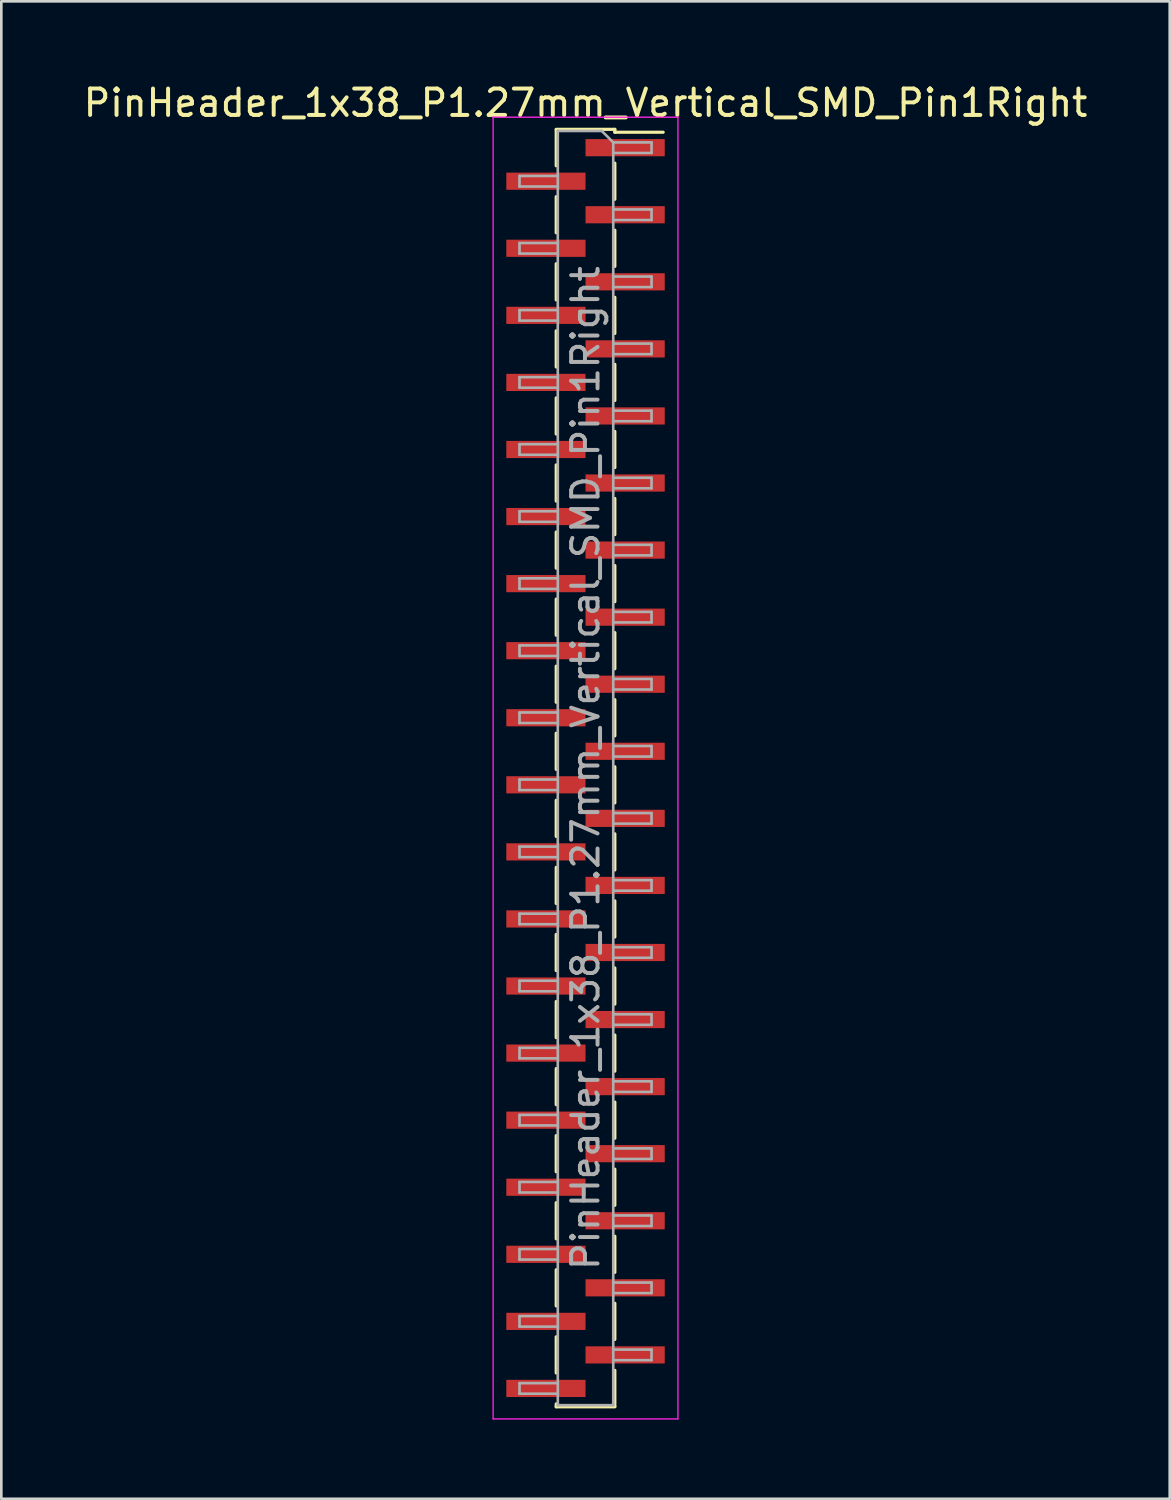
<source format=kicad_pcb>
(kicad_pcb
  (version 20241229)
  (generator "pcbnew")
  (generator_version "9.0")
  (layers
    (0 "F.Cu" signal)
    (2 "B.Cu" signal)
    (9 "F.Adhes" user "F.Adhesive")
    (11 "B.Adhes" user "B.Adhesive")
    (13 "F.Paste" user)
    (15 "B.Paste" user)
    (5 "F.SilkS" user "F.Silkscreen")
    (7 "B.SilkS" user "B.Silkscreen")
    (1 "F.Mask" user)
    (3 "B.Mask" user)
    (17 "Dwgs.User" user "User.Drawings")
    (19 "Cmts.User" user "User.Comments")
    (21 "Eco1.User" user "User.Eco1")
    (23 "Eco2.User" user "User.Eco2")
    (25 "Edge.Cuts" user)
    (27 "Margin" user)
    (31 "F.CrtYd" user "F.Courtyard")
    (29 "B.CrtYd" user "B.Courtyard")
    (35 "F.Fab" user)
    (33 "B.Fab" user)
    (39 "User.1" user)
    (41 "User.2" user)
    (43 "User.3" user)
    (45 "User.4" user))
  (footprint "PinHeader_1x38_P1.27mm_Vertical_SMD_Pin1Right"
    (layer "F.Cu")
    (at 19.125 26.038)
    (property "Reference" "PinHeader_1x38_P1.27mm_Vertical_SMD_Pin1Right" (at 0 -25.19 0) (layer "F.SilkS") (effects (font (size 1 1) (thickness 0.15))))
    (attr smd)
    (fp_line (start -1.11 -24.19) (end 1.11 -24.19) (stroke (width 0.12) (type solid)) (layer "F.SilkS"))
    (fp_line (start -1.11 -24.18) (end -1.11 -22.81) (stroke (width 0.12) (type solid)) (layer "F.SilkS"))
    (fp_line (start -1.11 -21.64) (end -1.11 -20.27) (stroke (width 0.12) (type solid)) (layer "F.SilkS"))
    (fp_line (start -1.11 -19.1) (end -1.11 -17.73) (stroke (width 0.12) (type solid)) (layer "F.SilkS"))
    (fp_line (start -1.11 -16.56) (end -1.11 -15.19) (stroke (width 0.12) (type solid)) (layer "F.SilkS"))
    (fp_line (start -1.11 -14.02) (end -1.11 -12.65) (stroke (width 0.12) (type solid)) (layer "F.SilkS"))
    (fp_line (start -1.11 -11.48) (end -1.11 -10.11) (stroke (width 0.12) (type solid)) (layer "F.SilkS"))
    (fp_line (start -1.11 -8.94) (end -1.11 -7.57) (stroke (width 0.12) (type solid)) (layer "F.SilkS"))
    (fp_line (start -1.11 -6.4) (end -1.11 -5.03) (stroke (width 0.12) (type solid)) (layer "F.SilkS"))
    (fp_line (start -1.11 -3.86) (end -1.11 -2.49) (stroke (width 0.12) (type solid)) (layer "F.SilkS"))
    (fp_line (start -1.11 -1.32) (end -1.11 0.05) (stroke (width 0.12) (type solid)) (layer "F.SilkS"))
    (fp_line (start -1.11 1.22) (end -1.11 2.59) (stroke (width 0.12) (type solid)) (layer "F.SilkS"))
    (fp_line (start -1.11 3.76) (end -1.11 5.13) (stroke (width 0.12) (type solid)) (layer "F.SilkS"))
    (fp_line (start -1.11 6.3) (end -1.11 7.67) (stroke (width 0.12) (type solid)) (layer "F.SilkS"))
    (fp_line (start -1.11 8.84) (end -1.11 10.21) (stroke (width 0.12) (type solid)) (layer "F.SilkS"))
    (fp_line (start -1.11 11.38) (end -1.11 12.75) (stroke (width 0.12) (type solid)) (layer "F.SilkS"))
    (fp_line (start -1.11 13.92) (end -1.11 15.29) (stroke (width 0.12) (type solid)) (layer "F.SilkS"))
    (fp_line (start -1.11 16.46) (end -1.11 17.83) (stroke (width 0.12) (type solid)) (layer "F.SilkS"))
    (fp_line (start -1.11 19) (end -1.11 20.37) (stroke (width 0.12) (type solid)) (layer "F.SilkS"))
    (fp_line (start -1.11 21.54) (end -1.11 22.91) (stroke (width 0.12) (type solid)) (layer "F.SilkS"))
    (fp_line (start -1.11 24.08) (end -1.11 24.19) (stroke (width 0.12) (type solid)) (layer "F.SilkS"))
    (fp_line (start -1.11 24.19) (end 1.11 24.19) (stroke (width 0.12) (type solid)) (layer "F.SilkS"))
    (fp_line (start 1.11 -24.19) (end 1.11 -24.08) (stroke (width 0.12) (type solid)) (layer "F.SilkS"))
    (fp_line (start 1.11 -24.08) (end 2.94 -24.08) (stroke (width 0.12) (type solid)) (layer "F.SilkS"))
    (fp_line (start 1.11 -22.91) (end 1.11 -21.54) (stroke (width 0.12) (type solid)) (layer "F.SilkS"))
    (fp_line (start 1.11 -20.37) (end 1.11 -19) (stroke (width 0.12) (type solid)) (layer "F.SilkS"))
    (fp_line (start 1.11 -17.83) (end 1.11 -16.46) (stroke (width 0.12) (type solid)) (layer "F.SilkS"))
    (fp_line (start 1.11 -15.29) (end 1.11 -13.92) (stroke (width 0.12) (type solid)) (layer "F.SilkS"))
    (fp_line (start 1.11 -12.75) (end 1.11 -11.38) (stroke (width 0.12) (type solid)) (layer "F.SilkS"))
    (fp_line (start 1.11 -10.21) (end 1.11 -8.84) (stroke (width 0.12) (type solid)) (layer "F.SilkS"))
    (fp_line (start 1.11 -7.67) (end 1.11 -6.3) (stroke (width 0.12) (type solid)) (layer "F.SilkS"))
    (fp_line (start 1.11 -5.13) (end 1.11 -3.76) (stroke (width 0.12) (type solid)) (layer "F.SilkS"))
    (fp_line (start 1.11 -2.59) (end 1.11 -1.22) (stroke (width 0.12) (type solid)) (layer "F.SilkS"))
    (fp_line (start 1.11 -0.05) (end 1.11 1.32) (stroke (width 0.12) (type solid)) (layer "F.SilkS"))
    (fp_line (start 1.11 2.49) (end 1.11 3.86) (stroke (width 0.12) (type solid)) (layer "F.SilkS"))
    (fp_line (start 1.11 5.03) (end 1.11 6.4) (stroke (width 0.12) (type solid)) (layer "F.SilkS"))
    (fp_line (start 1.11 7.57) (end 1.11 8.94) (stroke (width 0.12) (type solid)) (layer "F.SilkS"))
    (fp_line (start 1.11 10.11) (end 1.11 11.48) (stroke (width 0.12) (type solid)) (layer "F.SilkS"))
    (fp_line (start 1.11 12.65) (end 1.11 14.02) (stroke (width 0.12) (type solid)) (layer "F.SilkS"))
    (fp_line (start 1.11 15.19) (end 1.11 16.56) (stroke (width 0.12) (type solid)) (layer "F.SilkS"))
    (fp_line (start 1.11 17.73) (end 1.11 19.1) (stroke (width 0.12) (type solid)) (layer "F.SilkS"))
    (fp_line (start 1.11 20.27) (end 1.11 21.64) (stroke (width 0.12) (type solid)) (layer "F.SilkS"))
    (fp_line (start 1.11 22.81) (end 1.11 24.18) (stroke (width 0.12) (type solid)) (layer "F.SilkS"))
    (fp_line (start -3.5 -24.65) (end -3.5 24.65) (stroke (width 0.05) (type solid)) (layer "F.CrtYd"))
    (fp_line (start -3.5 24.65) (end 3.5 24.65) (stroke (width 0.05) (type solid)) (layer "F.CrtYd"))
    (fp_line (start 3.5 -24.65) (end -3.5 -24.65) (stroke (width 0.05) (type solid)) (layer "F.CrtYd"))
    (fp_line (start 3.5 24.65) (end 3.5 -24.65) (stroke (width 0.05) (type solid)) (layer "F.CrtYd"))
    (fp_line (start -2.5 -22.425) (end -2.5 -22.025) (stroke (width 0.1) (type solid)) (layer "F.Fab"))
    (fp_line (start -2.5 -22.025) (end -1.05 -22.025) (stroke (width 0.1) (type solid)) (layer "F.Fab"))
    (fp_line (start -2.5 -19.885) (end -2.5 -19.485) (stroke (width 0.1) (type solid)) (layer "F.Fab"))
    (fp_line (start -2.5 -19.485) (end -1.05 -19.485) (stroke (width 0.1) (type solid)) (layer "F.Fab"))
    (fp_line (start -2.5 -17.345) (end -2.5 -16.945) (stroke (width 0.1) (type solid)) (layer "F.Fab"))
    (fp_line (start -2.5 -16.945) (end -1.05 -16.945) (stroke (width 0.1) (type solid)) (layer "F.Fab"))
    (fp_line (start -2.5 -14.805) (end -2.5 -14.405) (stroke (width 0.1) (type solid)) (layer "F.Fab"))
    (fp_line (start -2.5 -14.405) (end -1.05 -14.405) (stroke (width 0.1) (type solid)) (layer "F.Fab"))
    (fp_line (start -2.5 -12.265) (end -2.5 -11.865) (stroke (width 0.1) (type solid)) (layer "F.Fab"))
    (fp_line (start -2.5 -11.865) (end -1.05 -11.865) (stroke (width 0.1) (type solid)) (layer "F.Fab"))
    (fp_line (start -2.5 -9.725) (end -2.5 -9.325) (stroke (width 0.1) (type solid)) (layer "F.Fab"))
    (fp_line (start -2.5 -9.325) (end -1.05 -9.325) (stroke (width 0.1) (type solid)) (layer "F.Fab"))
    (fp_line (start -2.5 -7.185) (end -2.5 -6.785) (stroke (width 0.1) (type solid)) (layer "F.Fab"))
    (fp_line (start -2.5 -6.785) (end -1.05 -6.785) (stroke (width 0.1) (type solid)) (layer "F.Fab"))
    (fp_line (start -2.5 -4.645) (end -2.5 -4.245) (stroke (width 0.1) (type solid)) (layer "F.Fab"))
    (fp_line (start -2.5 -4.245) (end -1.05 -4.245) (stroke (width 0.1) (type solid)) (layer "F.Fab"))
    (fp_line (start -2.5 -2.105) (end -2.5 -1.705) (stroke (width 0.1) (type solid)) (layer "F.Fab"))
    (fp_line (start -2.5 -1.705) (end -1.05 -1.705) (stroke (width 0.1) (type solid)) (layer "F.Fab"))
    (fp_line (start -2.5 0.435) (end -2.5 0.835) (stroke (width 0.1) (type solid)) (layer "F.Fab"))
    (fp_line (start -2.5 0.835) (end -1.05 0.835) (stroke (width 0.1) (type solid)) (layer "F.Fab"))
    (fp_line (start -2.5 2.975) (end -2.5 3.375) (stroke (width 0.1) (type solid)) (layer "F.Fab"))
    (fp_line (start -2.5 3.375) (end -1.05 3.375) (stroke (width 0.1) (type solid)) (layer "F.Fab"))
    (fp_line (start -2.5 5.515) (end -2.5 5.915) (stroke (width 0.1) (type solid)) (layer "F.Fab"))
    (fp_line (start -2.5 5.915) (end -1.05 5.915) (stroke (width 0.1) (type solid)) (layer "F.Fab"))
    (fp_line (start -2.5 8.055) (end -2.5 8.455) (stroke (width 0.1) (type solid)) (layer "F.Fab"))
    (fp_line (start -2.5 8.455) (end -1.05 8.455) (stroke (width 0.1) (type solid)) (layer "F.Fab"))
    (fp_line (start -2.5 10.595) (end -2.5 10.995) (stroke (width 0.1) (type solid)) (layer "F.Fab"))
    (fp_line (start -2.5 10.995) (end -1.05 10.995) (stroke (width 0.1) (type solid)) (layer "F.Fab"))
    (fp_line (start -2.5 13.135) (end -2.5 13.535) (stroke (width 0.1) (type solid)) (layer "F.Fab"))
    (fp_line (start -2.5 13.535) (end -1.05 13.535) (stroke (width 0.1) (type solid)) (layer "F.Fab"))
    (fp_line (start -2.5 15.675) (end -2.5 16.075) (stroke (width 0.1) (type solid)) (layer "F.Fab"))
    (fp_line (start -2.5 16.075) (end -1.05 16.075) (stroke (width 0.1) (type solid)) (layer "F.Fab"))
    (fp_line (start -2.5 18.215) (end -2.5 18.615) (stroke (width 0.1) (type solid)) (layer "F.Fab"))
    (fp_line (start -2.5 18.615) (end -1.05 18.615) (stroke (width 0.1) (type solid)) (layer "F.Fab"))
    (fp_line (start -2.5 20.755) (end -2.5 21.155) (stroke (width 0.1) (type solid)) (layer "F.Fab"))
    (fp_line (start -2.5 21.155) (end -1.05 21.155) (stroke (width 0.1) (type solid)) (layer "F.Fab"))
    (fp_line (start -2.5 23.295) (end -2.5 23.695) (stroke (width 0.1) (type solid)) (layer "F.Fab"))
    (fp_line (start -2.5 23.695) (end -1.05 23.695) (stroke (width 0.1) (type solid)) (layer "F.Fab"))
    (fp_line (start -1.05 -24.13) (end -1.05 24.13) (stroke (width 0.1) (type solid)) (layer "F.Fab"))
    (fp_line (start -1.05 -24.13) (end 0.615 -24.13) (stroke (width 0.1) (type solid)) (layer "F.Fab"))
    (fp_line (start -1.05 -22.425) (end -2.5 -22.425) (stroke (width 0.1) (type solid)) (layer "F.Fab"))
    (fp_line (start -1.05 -19.885) (end -2.5 -19.885) (stroke (width 0.1) (type solid)) (layer "F.Fab"))
    (fp_line (start -1.05 -17.345) (end -2.5 -17.345) (stroke (width 0.1) (type solid)) (layer "F.Fab"))
    (fp_line (start -1.05 -14.805) (end -2.5 -14.805) (stroke (width 0.1) (type solid)) (layer "F.Fab"))
    (fp_line (start -1.05 -12.265) (end -2.5 -12.265) (stroke (width 0.1) (type solid)) (layer "F.Fab"))
    (fp_line (start -1.05 -9.725) (end -2.5 -9.725) (stroke (width 0.1) (type solid)) (layer "F.Fab"))
    (fp_line (start -1.05 -7.185) (end -2.5 -7.185) (stroke (width 0.1) (type solid)) (layer "F.Fab"))
    (fp_line (start -1.05 -4.645) (end -2.5 -4.645) (stroke (width 0.1) (type solid)) (layer "F.Fab"))
    (fp_line (start -1.05 -2.105) (end -2.5 -2.105) (stroke (width 0.1) (type solid)) (layer "F.Fab"))
    (fp_line (start -1.05 0.435) (end -2.5 0.435) (stroke (width 0.1) (type solid)) (layer "F.Fab"))
    (fp_line (start -1.05 2.975) (end -2.5 2.975) (stroke (width 0.1) (type solid)) (layer "F.Fab"))
    (fp_line (start -1.05 5.515) (end -2.5 5.515) (stroke (width 0.1) (type solid)) (layer "F.Fab"))
    (fp_line (start -1.05 8.055) (end -2.5 8.055) (stroke (width 0.1) (type solid)) (layer "F.Fab"))
    (fp_line (start -1.05 10.595) (end -2.5 10.595) (stroke (width 0.1) (type solid)) (layer "F.Fab"))
    (fp_line (start -1.05 13.135) (end -2.5 13.135) (stroke (width 0.1) (type solid)) (layer "F.Fab"))
    (fp_line (start -1.05 15.675) (end -2.5 15.675) (stroke (width 0.1) (type solid)) (layer "F.Fab"))
    (fp_line (start -1.05 18.215) (end -2.5 18.215) (stroke (width 0.1) (type solid)) (layer "F.Fab"))
    (fp_line (start -1.05 20.755) (end -2.5 20.755) (stroke (width 0.1) (type solid)) (layer "F.Fab"))
    (fp_line (start -1.05 23.295) (end -2.5 23.295) (stroke (width 0.1) (type solid)) (layer "F.Fab"))
    (fp_line (start 1.05 -23.695) (end 0.615 -24.13) (stroke (width 0.1) (type solid)) (layer "F.Fab"))
    (fp_line (start 1.05 -23.695) (end 2.5 -23.695) (stroke (width 0.1) (type solid)) (layer "F.Fab"))
    (fp_line (start 1.05 -21.155) (end 2.5 -21.155) (stroke (width 0.1) (type solid)) (layer "F.Fab"))
    (fp_line (start 1.05 -18.615) (end 2.5 -18.615) (stroke (width 0.1) (type solid)) (layer "F.Fab"))
    (fp_line (start 1.05 -16.075) (end 2.5 -16.075) (stroke (width 0.1) (type solid)) (layer "F.Fab"))
    (fp_line (start 1.05 -13.535) (end 2.5 -13.535) (stroke (width 0.1) (type solid)) (layer "F.Fab"))
    (fp_line (start 1.05 -10.995) (end 2.5 -10.995) (stroke (width 0.1) (type solid)) (layer "F.Fab"))
    (fp_line (start 1.05 -8.455) (end 2.5 -8.455) (stroke (width 0.1) (type solid)) (layer "F.Fab"))
    (fp_line (start 1.05 -5.915) (end 2.5 -5.915) (stroke (width 0.1) (type solid)) (layer "F.Fab"))
    (fp_line (start 1.05 -3.375) (end 2.5 -3.375) (stroke (width 0.1) (type solid)) (layer "F.Fab"))
    (fp_line (start 1.05 -0.835) (end 2.5 -0.835) (stroke (width 0.1) (type solid)) (layer "F.Fab"))
    (fp_line (start 1.05 1.705) (end 2.5 1.705) (stroke (width 0.1) (type solid)) (layer "F.Fab"))
    (fp_line (start 1.05 4.245) (end 2.5 4.245) (stroke (width 0.1) (type solid)) (layer "F.Fab"))
    (fp_line (start 1.05 6.785) (end 2.5 6.785) (stroke (width 0.1) (type solid)) (layer "F.Fab"))
    (fp_line (start 1.05 9.325) (end 2.5 9.325) (stroke (width 0.1) (type solid)) (layer "F.Fab"))
    (fp_line (start 1.05 11.865) (end 2.5 11.865) (stroke (width 0.1) (type solid)) (layer "F.Fab"))
    (fp_line (start 1.05 14.405) (end 2.5 14.405) (stroke (width 0.1) (type solid)) (layer "F.Fab"))
    (fp_line (start 1.05 16.945) (end 2.5 16.945) (stroke (width 0.1) (type solid)) (layer "F.Fab"))
    (fp_line (start 1.05 19.485) (end 2.5 19.485) (stroke (width 0.1) (type solid)) (layer "F.Fab"))
    (fp_line (start 1.05 22.025) (end 2.5 22.025) (stroke (width 0.1) (type solid)) (layer "F.Fab"))
    (fp_line (start 1.05 24.13) (end -1.05 24.13) (stroke (width 0.1) (type solid)) (layer "F.Fab"))
    (fp_line (start 1.05 24.13) (end 1.05 -23.695) (stroke (width 0.1) (type solid)) (layer "F.Fab"))
    (fp_line (start 2.5 -23.695) (end 2.5 -23.295) (stroke (width 0.1) (type solid)) (layer "F.Fab"))
    (fp_line (start 2.5 -23.295) (end 1.05 -23.295) (stroke (width 0.1) (type solid)) (layer "F.Fab"))
    (fp_line (start 2.5 -21.155) (end 2.5 -20.755) (stroke (width 0.1) (type solid)) (layer "F.Fab"))
    (fp_line (start 2.5 -20.755) (end 1.05 -20.755) (stroke (width 0.1) (type solid)) (layer "F.Fab"))
    (fp_line (start 2.5 -18.615) (end 2.5 -18.215) (stroke (width 0.1) (type solid)) (layer "F.Fab"))
    (fp_line (start 2.5 -18.215) (end 1.05 -18.215) (stroke (width 0.1) (type solid)) (layer "F.Fab"))
    (fp_line (start 2.5 -16.075) (end 2.5 -15.675) (stroke (width 0.1) (type solid)) (layer "F.Fab"))
    (fp_line (start 2.5 -15.675) (end 1.05 -15.675) (stroke (width 0.1) (type solid)) (layer "F.Fab"))
    (fp_line (start 2.5 -13.535) (end 2.5 -13.135) (stroke (width 0.1) (type solid)) (layer "F.Fab"))
    (fp_line (start 2.5 -13.135) (end 1.05 -13.135) (stroke (width 0.1) (type solid)) (layer "F.Fab"))
    (fp_line (start 2.5 -10.995) (end 2.5 -10.595) (stroke (width 0.1) (type solid)) (layer "F.Fab"))
    (fp_line (start 2.5 -10.595) (end 1.05 -10.595) (stroke (width 0.1) (type solid)) (layer "F.Fab"))
    (fp_line (start 2.5 -8.455) (end 2.5 -8.055) (stroke (width 0.1) (type solid)) (layer "F.Fab"))
    (fp_line (start 2.5 -8.055) (end 1.05 -8.055) (stroke (width 0.1) (type solid)) (layer "F.Fab"))
    (fp_line (start 2.5 -5.915) (end 2.5 -5.515) (stroke (width 0.1) (type solid)) (layer "F.Fab"))
    (fp_line (start 2.5 -5.515) (end 1.05 -5.515) (stroke (width 0.1) (type solid)) (layer "F.Fab"))
    (fp_line (start 2.5 -3.375) (end 2.5 -2.975) (stroke (width 0.1) (type solid)) (layer "F.Fab"))
    (fp_line (start 2.5 -2.975) (end 1.05 -2.975) (stroke (width 0.1) (type solid)) (layer "F.Fab"))
    (fp_line (start 2.5 -0.835) (end 2.5 -0.435) (stroke (width 0.1) (type solid)) (layer "F.Fab"))
    (fp_line (start 2.5 -0.435) (end 1.05 -0.435) (stroke (width 0.1) (type solid)) (layer "F.Fab"))
    (fp_line (start 2.5 1.705) (end 2.5 2.105) (stroke (width 0.1) (type solid)) (layer "F.Fab"))
    (fp_line (start 2.5 2.105) (end 1.05 2.105) (stroke (width 0.1) (type solid)) (layer "F.Fab"))
    (fp_line (start 2.5 4.245) (end 2.5 4.645) (stroke (width 0.1) (type solid)) (layer "F.Fab"))
    (fp_line (start 2.5 4.645) (end 1.05 4.645) (stroke (width 0.1) (type solid)) (layer "F.Fab"))
    (fp_line (start 2.5 6.785) (end 2.5 7.185) (stroke (width 0.1) (type solid)) (layer "F.Fab"))
    (fp_line (start 2.5 7.185) (end 1.05 7.185) (stroke (width 0.1) (type solid)) (layer "F.Fab"))
    (fp_line (start 2.5 9.325) (end 2.5 9.725) (stroke (width 0.1) (type solid)) (layer "F.Fab"))
    (fp_line (start 2.5 9.725) (end 1.05 9.725) (stroke (width 0.1) (type solid)) (layer "F.Fab"))
    (fp_line (start 2.5 11.865) (end 2.5 12.265) (stroke (width 0.1) (type solid)) (layer "F.Fab"))
    (fp_line (start 2.5 12.265) (end 1.05 12.265) (stroke (width 0.1) (type solid)) (layer "F.Fab"))
    (fp_line (start 2.5 14.405) (end 2.5 14.805) (stroke (width 0.1) (type solid)) (layer "F.Fab"))
    (fp_line (start 2.5 14.805) (end 1.05 14.805) (stroke (width 0.1) (type solid)) (layer "F.Fab"))
    (fp_line (start 2.5 16.945) (end 2.5 17.345) (stroke (width 0.1) (type solid)) (layer "F.Fab"))
    (fp_line (start 2.5 17.345) (end 1.05 17.345) (stroke (width 0.1) (type solid)) (layer "F.Fab"))
    (fp_line (start 2.5 19.485) (end 2.5 19.885) (stroke (width 0.1) (type solid)) (layer "F.Fab"))
    (fp_line (start 2.5 19.885) (end 1.05 19.885) (stroke (width 0.1) (type solid)) (layer "F.Fab"))
    (fp_line (start 2.5 22.025) (end 2.5 22.425) (stroke (width 0.1) (type solid)) (layer "F.Fab"))
    (fp_line (start 2.5 22.425) (end 1.05 22.425) (stroke (width 0.1) (type solid)) (layer "F.Fab"))
    (fp_text user "${REFERENCE}" (at 0 0 90) (layer "F.Fab") (effects (font (size 1 1) (thickness 0.15))))
    (pad "1" smd rect (at 1.5 -23.495) (size 3 0.65) (layers "F.Cu" "F.Mask" "F.Paste"))
    (pad "2" smd rect (at -1.5 -22.225) (size 3 0.65) (layers "F.Cu" "F.Mask" "F.Paste"))
    (pad "3" smd rect (at 1.5 -20.955) (size 3 0.65) (layers "F.Cu" "F.Mask" "F.Paste"))
    (pad "4" smd rect (at -1.5 -19.685) (size 3 0.65) (layers "F.Cu" "F.Mask" "F.Paste"))
    (pad "5" smd rect (at 1.5 -18.415) (size 3 0.65) (layers "F.Cu" "F.Mask" "F.Paste"))
    (pad "6" smd rect (at -1.5 -17.145) (size 3 0.65) (layers "F.Cu" "F.Mask" "F.Paste"))
    (pad "7" smd rect (at 1.5 -15.875) (size 3 0.65) (layers "F.Cu" "F.Mask" "F.Paste"))
    (pad "8" smd rect (at -1.5 -14.605) (size 3 0.65) (layers "F.Cu" "F.Mask" "F.Paste"))
    (pad "9" smd rect (at 1.5 -13.335) (size 3 0.65) (layers "F.Cu" "F.Mask" "F.Paste"))
    (pad "10" smd rect (at -1.5 -12.065) (size 3 0.65) (layers "F.Cu" "F.Mask" "F.Paste"))
    (pad "11" smd rect (at 1.5 -10.795) (size 3 0.65) (layers "F.Cu" "F.Mask" "F.Paste"))
    (pad "12" smd rect (at -1.5 -9.525) (size 3 0.65) (layers "F.Cu" "F.Mask" "F.Paste"))
    (pad "13" smd rect (at 1.5 -8.255) (size 3 0.65) (layers "F.Cu" "F.Mask" "F.Paste"))
    (pad "14" smd rect (at -1.5 -6.985) (size 3 0.65) (layers "F.Cu" "F.Mask" "F.Paste"))
    (pad "15" smd rect (at 1.5 -5.715) (size 3 0.65) (layers "F.Cu" "F.Mask" "F.Paste"))
    (pad "16" smd rect (at -1.5 -4.445) (size 3 0.65) (layers "F.Cu" "F.Mask" "F.Paste"))
    (pad "17" smd rect (at 1.5 -3.175) (size 3 0.65) (layers "F.Cu" "F.Mask" "F.Paste"))
    (pad "18" smd rect (at -1.5 -1.905) (size 3 0.65) (layers "F.Cu" "F.Mask" "F.Paste"))
    (pad "19" smd rect (at 1.5 -0.635) (size 3 0.65) (layers "F.Cu" "F.Mask" "F.Paste"))
    (pad "20" smd rect (at -1.5 0.635) (size 3 0.65) (layers "F.Cu" "F.Mask" "F.Paste"))
    (pad "21" smd rect (at 1.5 1.905) (size 3 0.65) (layers "F.Cu" "F.Mask" "F.Paste"))
    (pad "22" smd rect (at -1.5 3.175) (size 3 0.65) (layers "F.Cu" "F.Mask" "F.Paste"))
    (pad "23" smd rect (at 1.5 4.445) (size 3 0.65) (layers "F.Cu" "F.Mask" "F.Paste"))
    (pad "24" smd rect (at -1.5 5.715) (size 3 0.65) (layers "F.Cu" "F.Mask" "F.Paste"))
    (pad "25" smd rect (at 1.5 6.985) (size 3 0.65) (layers "F.Cu" "F.Mask" "F.Paste"))
    (pad "26" smd rect (at -1.5 8.255) (size 3 0.65) (layers "F.Cu" "F.Mask" "F.Paste"))
    (pad "27" smd rect (at 1.5 9.525) (size 3 0.65) (layers "F.Cu" "F.Mask" "F.Paste"))
    (pad "28" smd rect (at -1.5 10.795) (size 3 0.65) (layers "F.Cu" "F.Mask" "F.Paste"))
    (pad "29" smd rect (at 1.5 12.065) (size 3 0.65) (layers "F.Cu" "F.Mask" "F.Paste"))
    (pad "30" smd rect (at -1.5 13.335) (size 3 0.65) (layers "F.Cu" "F.Mask" "F.Paste"))
    (pad "31" smd rect (at 1.5 14.605) (size 3 0.65) (layers "F.Cu" "F.Mask" "F.Paste"))
    (pad "32" smd rect (at -1.5 15.875) (size 3 0.65) (layers "F.Cu" "F.Mask" "F.Paste"))
    (pad "33" smd rect (at 1.5 17.145) (size 3 0.65) (layers "F.Cu" "F.Mask" "F.Paste"))
    (pad "34" smd rect (at -1.5 18.415) (size 3 0.65) (layers "F.Cu" "F.Mask" "F.Paste"))
    (pad "35" smd rect (at 1.5 19.685) (size 3 0.65) (layers "F.Cu" "F.Mask" "F.Paste"))
    (pad "36" smd rect (at -1.5 20.955) (size 3 0.65) (layers "F.Cu" "F.Mask" "F.Paste"))
    (pad "37" smd rect (at 1.5 22.225) (size 3 0.65) (layers "F.Cu" "F.Mask" "F.Paste"))
    (pad "38" smd rect (at -1.5 23.495) (size 3 0.65) (layers "F.Cu" "F.Mask" "F.Paste")))
  (gr_rect
    (start -3 -3)
    (end 41.25 53.713)
    (stroke (width 0.1) (type default))
    (fill no)
    (layer "Edge.Cuts")))
</source>
